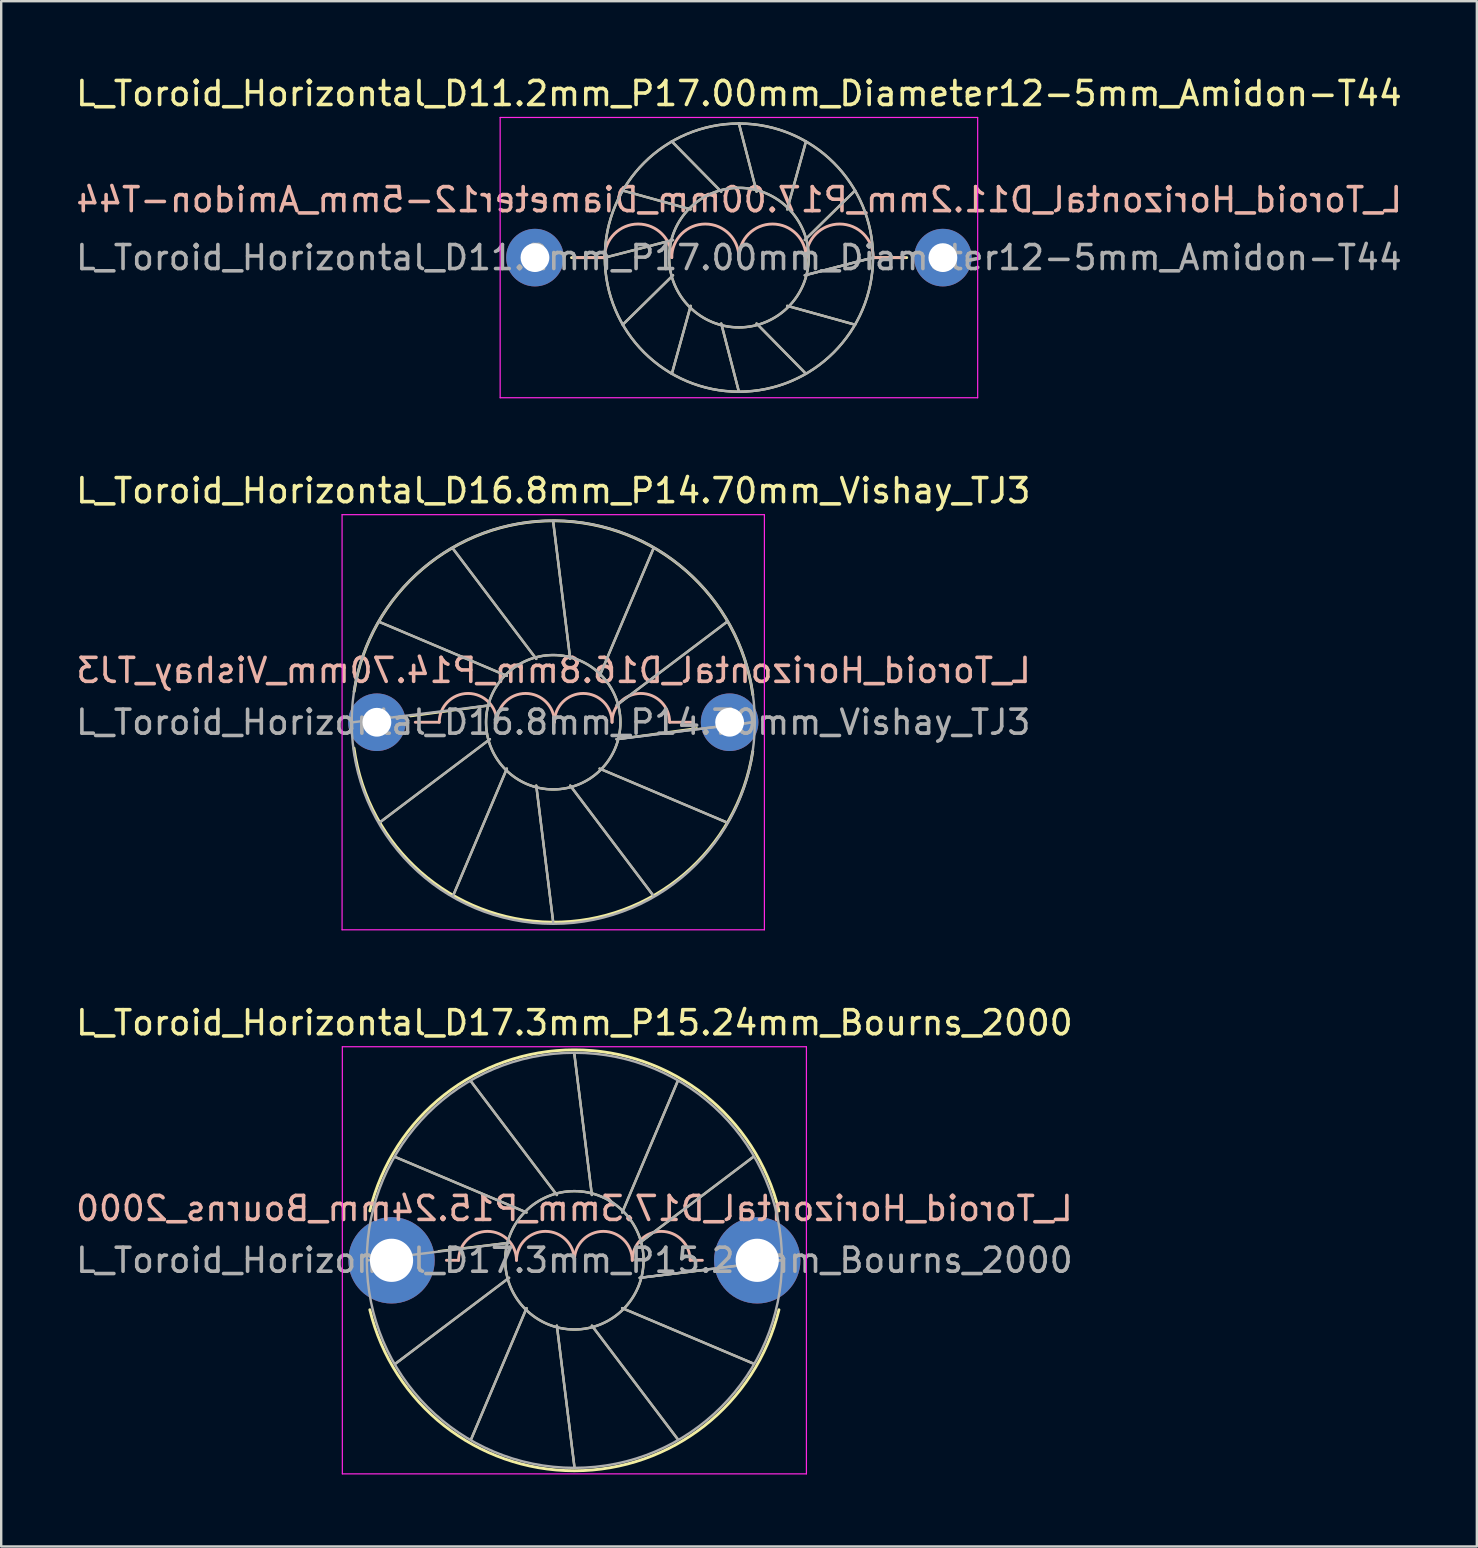
<source format=kicad_pcb>
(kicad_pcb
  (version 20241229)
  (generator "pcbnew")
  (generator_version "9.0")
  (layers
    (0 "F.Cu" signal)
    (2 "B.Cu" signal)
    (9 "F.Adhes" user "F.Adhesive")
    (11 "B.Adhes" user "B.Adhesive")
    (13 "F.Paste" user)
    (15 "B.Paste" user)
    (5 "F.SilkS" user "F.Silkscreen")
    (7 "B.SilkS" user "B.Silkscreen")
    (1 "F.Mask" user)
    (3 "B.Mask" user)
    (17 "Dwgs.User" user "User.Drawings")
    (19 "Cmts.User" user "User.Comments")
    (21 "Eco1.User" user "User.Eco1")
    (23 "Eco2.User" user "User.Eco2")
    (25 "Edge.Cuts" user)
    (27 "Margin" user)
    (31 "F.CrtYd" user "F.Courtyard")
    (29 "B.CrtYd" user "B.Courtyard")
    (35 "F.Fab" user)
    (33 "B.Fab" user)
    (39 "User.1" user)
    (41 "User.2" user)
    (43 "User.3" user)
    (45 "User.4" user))
  (footprint "L_Toroid_Horizontal_D17.3mm_P15.24mm_Bourns_2000"
    (layer "F.Cu")
    (at 13.267 49.473)
    (property "Reference" "L_Toroid_Horizontal_D17.3mm_P15.24mm_Bourns_2000" (at 7.62 -9.9 0) (layer "F.SilkS") (effects (font (size 1 1) (thickness 0.15))))
    (fp_line (start 0.176 -4.296) (end 5.627 -1.993) (stroke (width 0.1) (type solid)) (layer "F.SilkS"))
    (fp_line (start 0.177 4.298) (end 4.898 0.73) (stroke (width 0.1) (type solid)) (layer "F.SilkS"))
    (fp_line (start 1.968 -0.381) (end 4.897 -0.729) (stroke (width 0.1) (type solid)) (layer "F.SilkS"))
    (fp_line (start 3.322 -7.443) (end 6.89 -2.722) (stroke (width 0.1) (type solid)) (layer "F.SilkS"))
    (fp_line (start 3.323 7.443) (end 5.627 1.993) (stroke (width 0.1) (type solid)) (layer "F.SilkS"))
    (fp_line (start 7.619 -8.595) (end 8.349 -2.723) (stroke (width 0.1) (type solid)) (layer "F.SilkS"))
    (fp_line (start 7.62 8.595) (end 6.891 2.723) (stroke (width 0.1) (type solid)) (layer "F.SilkS"))
    (fp_line (start 11.916 -7.444) (end 9.613 -1.993) (stroke (width 0.1) (type solid)) (layer "F.SilkS"))
    (fp_line (start 11.918 7.443) (end 8.35 2.723) (stroke (width 0.1) (type solid)) (layer "F.SilkS"))
    (fp_line (start 13.208 0.381) (end 10.343 0.729) (stroke (width 0.1) (type solid)) (layer "F.SilkS"))
    (fp_line (start 15.062 -4.299) (end 10.342 -0.73) (stroke (width 0.1) (type solid)) (layer "F.SilkS"))
    (fp_line (start 15.063 4.297) (end 9.613 1.993) (stroke (width 0.1) (type solid)) (layer "F.SilkS"))
    (fp_arc (start -0.904629 -2.06) (mid 7.62 -8.77) (end 16.144629 -2.06) (stroke (width 0.12) (type solid)) (layer "F.SilkS"))
    (fp_arc (start 16.144629 2.06) (mid 7.62 8.77) (end -0.904629 2.06) (stroke (width 0.12) (type solid)) (layer "F.SilkS"))
    (fp_circle (center 7.62 0) (end 10.503 0) (stroke (width 0.1) (type solid)) (fill no) (layer "F.SilkS"))
    (fp_line (start 2.286 0) (end 2.794 0) (stroke (width 0.12) (type solid)) (layer "B.SilkS"))
    (fp_line (start 12.954 0) (end 12.446 0) (stroke (width 0.12) (type solid)) (layer "B.SilkS"))
    (fp_arc (start 2.794 0) (mid 4.0005 -1.2065) (end 5.207 0) (stroke (width 0.12) (type solid)) (layer "B.SilkS"))
    (fp_arc (start 5.207 0) (mid 6.4135 -1.2065) (end 7.62 0) (stroke (width 0.12) (type solid)) (layer "B.SilkS"))
    (fp_arc (start 7.62 0) (mid 8.8265 -1.2065) (end 10.033 0) (stroke (width 0.12) (type solid)) (layer "B.SilkS"))
    (fp_arc (start 10.033 0) (mid 11.2395 -1.2065) (end 12.446 0) (stroke (width 0.12) (type solid)) (layer "B.SilkS"))
    (fp_line (start -2.05 -8.9) (end -2.05 8.9) (stroke (width 0.05) (type solid)) (layer "F.CrtYd"))
    (fp_line (start -2.05 8.9) (end 17.29 8.9) (stroke (width 0.05) (type solid)) (layer "F.CrtYd"))
    (fp_line (start 17.29 -8.9) (end -2.05 -8.9) (stroke (width 0.05) (type solid)) (layer "F.CrtYd"))
    (fp_line (start 17.29 8.9) (end 17.29 -8.9) (stroke (width 0.05) (type solid)) (layer "F.CrtYd"))
    (fp_line (start -0.975 0.001) (end 4.897 -0.729) (stroke (width 0.1) (type solid)) (layer "F.Fab"))
    (fp_line (start 0.176 -4.296) (end 5.627 -1.993) (stroke (width 0.1) (type solid)) (layer "F.Fab"))
    (fp_line (start 0.177 4.298) (end 4.898 0.73) (stroke (width 0.1) (type solid)) (layer "F.Fab"))
    (fp_line (start 3.322 -7.443) (end 6.89 -2.722) (stroke (width 0.1) (type solid)) (layer "F.Fab"))
    (fp_line (start 3.323 7.443) (end 5.627 1.993) (stroke (width 0.1) (type solid)) (layer "F.Fab"))
    (fp_line (start 7.619 -8.595) (end 8.349 -2.723) (stroke (width 0.1) (type solid)) (layer "F.Fab"))
    (fp_line (start 7.62 8.595) (end 6.891 2.723) (stroke (width 0.1) (type solid)) (layer "F.Fab"))
    (fp_line (start 11.916 -7.444) (end 9.613 -1.993) (stroke (width 0.1) (type solid)) (layer "F.Fab"))
    (fp_line (start 11.918 7.443) (end 8.35 2.723) (stroke (width 0.1) (type solid)) (layer "F.Fab"))
    (fp_line (start 15.062 -4.299) (end 10.342 -0.73) (stroke (width 0.1) (type solid)) (layer "F.Fab"))
    (fp_line (start 15.063 4.297) (end 9.613 1.993) (stroke (width 0.1) (type solid)) (layer "F.Fab"))
    (fp_line (start 16.215 -0.002) (end 10.343 0.729) (stroke (width 0.1) (type solid)) (layer "F.Fab"))
    (fp_line (start 16.215 0) (end 10.343 0.729) (stroke (width 0.1) (type solid)) (layer "F.Fab"))
    (fp_circle (center 7.62 0) (end 10.503 0) (stroke (width 0.1) (type solid)) (fill no) (layer "F.Fab"))
    (fp_circle (center 7.62 0) (end 16.27 0) (stroke (width 0.1) (type solid)) (fill no) (layer "F.Fab"))
    (fp_text user "${REFERENCE}" (at 7.62 -2.159 0) (layer "B.SilkS") (effects (font (size 1 1) (thickness 0.15)) (justify mirror)))
    (fp_text user "${REFERENCE}" (at 7.62 0 0) (layer "F.Fab") (effects (font (size 1 1) (thickness 0.15))))
    (pad "1" thru_hole circle (at 0 0) (size 3.6 3.6) (drill 1.8) (layers "*.Cu" "*.Mask"))
    (pad "2" thru_hole circle (at 15.24 0) (size 3.6 3.6) (drill 1.8) (layers "*.Cu" "*.Mask")))
  (footprint "L_Toroid_Horizontal_D16.8mm_P14.70mm_Vishay_TJ3"
    (layer "F.Cu")
    (at 12.656 27.049)
    (property "Reference" "L_Toroid_Horizontal_D16.8mm_P14.70mm_Vishay_TJ3" (at 7.35 -9.65 0) (layer "F.SilkS") (effects (font (size 1 1) (thickness 0.15))))
    (fp_line (start 0.119 -4.174) (end 5.417 -1.933) (stroke (width 0.1) (type solid)) (layer "F.SilkS"))
    (fp_line (start 0.119 4.175) (end 4.71 0.708) (stroke (width 0.1) (type solid)) (layer "F.SilkS"))
    (fp_line (start 1.397 -0.254) (end 4.709 -0.707) (stroke (width 0.1) (type solid)) (layer "F.SilkS"))
    (fp_line (start 3.174 -7.23) (end 6.642 -2.64) (stroke (width 0.1) (type solid)) (layer "F.SilkS"))
    (fp_line (start 3.176 7.231) (end 5.417 1.933) (stroke (width 0.1) (type solid)) (layer "F.SilkS"))
    (fp_line (start 7.349 -8.35) (end 8.057 -2.641) (stroke (width 0.1) (type solid)) (layer "F.SilkS"))
    (fp_line (start 7.35 8.35) (end 6.643 2.64) (stroke (width 0.1) (type solid)) (layer "F.SilkS"))
    (fp_line (start 11.524 -7.232) (end 9.283 -1.933) (stroke (width 0.1) (type solid)) (layer "F.SilkS"))
    (fp_line (start 11.525 7.231) (end 8.058 2.64) (stroke (width 0.1) (type solid)) (layer "F.SilkS"))
    (fp_line (start 13.335 0.254) (end 9.99 0.707) (stroke (width 0.1) (type solid)) (layer "F.SilkS"))
    (fp_line (start 14.58 -4.176) (end 9.99 -0.708) (stroke (width 0.1) (type solid)) (layer "F.SilkS"))
    (fp_line (start 14.581 4.175) (end 9.283 1.933) (stroke (width 0.1) (type solid)) (layer "F.SilkS"))
    (fp_arc (start -0.949019 -1.276773) (mid 7.417592 -8.396386) (end 15.668499 -1.142999) (stroke (width 0.12) (type solid)) (layer "F.SilkS"))
    (fp_arc (start 15.665019 1.213273) (mid 7.298408 8.332886) (end -0.952499 1.079499) (stroke (width 0.12) (type solid)) (layer "F.SilkS"))
    (fp_circle (center 7.35 0) (end 10.15 0) (stroke (width 0.1) (type solid)) (fill no) (layer "F.SilkS"))
    (fp_line (start 1.6 0) (end 2.6 0) (stroke (width 0.12) (type solid)) (layer "B.SilkS"))
    (fp_line (start 13.2 0) (end 12.2 0) (stroke (width 0.12) (type solid)) (layer "B.SilkS"))
    (fp_arc (start 2.6 0) (mid 3.8 -1.2) (end 5 0) (stroke (width 0.12) (type solid)) (layer "B.SilkS"))
    (fp_arc (start 5 0) (mid 6.2 -1.2) (end 7.4 0) (stroke (width 0.12) (type solid)) (layer "B.SilkS"))
    (fp_arc (start 7.4 0) (mid 8.6 -1.2) (end 9.8 0) (stroke (width 0.12) (type solid)) (layer "B.SilkS"))
    (fp_arc (start 9.8 0) (mid 11 -1.2) (end 12.2 0) (stroke (width 0.12) (type solid)) (layer "B.SilkS"))
    (fp_line (start -1.45 -8.65) (end -1.45 8.65) (stroke (width 0.05) (type solid)) (layer "F.CrtYd"))
    (fp_line (start -1.45 8.65) (end 16.15 8.65) (stroke (width 0.05) (type solid)) (layer "F.CrtYd"))
    (fp_line (start 16.15 -8.65) (end -1.45 -8.65) (stroke (width 0.05) (type solid)) (layer "F.CrtYd"))
    (fp_line (start 16.15 8.65) (end 16.15 -8.65) (stroke (width 0.05) (type solid)) (layer "F.CrtYd"))
    (fp_line (start -1 0.001) (end 4.709 -0.707) (stroke (width 0.1) (type solid)) (layer "F.Fab"))
    (fp_line (start 0.119 -4.174) (end 5.417 -1.933) (stroke (width 0.1) (type solid)) (layer "F.Fab"))
    (fp_line (start 0.119 4.175) (end 4.71 0.708) (stroke (width 0.1) (type solid)) (layer "F.Fab"))
    (fp_line (start 3.174 -7.23) (end 6.642 -2.64) (stroke (width 0.1) (type solid)) (layer "F.Fab"))
    (fp_line (start 3.176 7.231) (end 5.417 1.933) (stroke (width 0.1) (type solid)) (layer "F.Fab"))
    (fp_line (start 7.349 -8.35) (end 8.057 -2.641) (stroke (width 0.1) (type solid)) (layer "F.Fab"))
    (fp_line (start 7.35 8.35) (end 6.643 2.64) (stroke (width 0.1) (type solid)) (layer "F.Fab"))
    (fp_line (start 11.524 -7.232) (end 9.283 -1.933) (stroke (width 0.1) (type solid)) (layer "F.Fab"))
    (fp_line (start 11.525 7.231) (end 8.058 2.64) (stroke (width 0.1) (type solid)) (layer "F.Fab"))
    (fp_line (start 14.58 -4.176) (end 9.99 -0.708) (stroke (width 0.1) (type solid)) (layer "F.Fab"))
    (fp_line (start 14.581 4.175) (end 9.283 1.933) (stroke (width 0.1) (type solid)) (layer "F.Fab"))
    (fp_line (start 15.7 -0.002) (end 9.991 0.707) (stroke (width 0.1) (type solid)) (layer "F.Fab"))
    (fp_line (start 15.7 0) (end 9.99 0.707) (stroke (width 0.1) (type solid)) (layer "F.Fab"))
    (fp_circle (center 7.35 0) (end 10.15 0) (stroke (width 0.1) (type solid)) (fill no) (layer "F.Fab"))
    (fp_circle (center 7.35 0) (end 15.75 0) (stroke (width 0.1) (type solid)) (fill no) (layer "F.Fab"))
    (fp_text user "${REFERENCE}" (at 7.366 -2.159 0) (layer "B.SilkS") (effects (font (size 1 1) (thickness 0.15)) (justify mirror)))
    (fp_text user "${REFERENCE}" (at 7.35 0 0) (layer "F.Fab") (effects (font (size 1 1) (thickness 0.15))))
    (pad "1" thru_hole circle (at 0 0) (size 2.4 2.4) (drill 1.2) (layers "*.Cu" "*.Mask"))
    (pad "2" thru_hole circle (at 14.7 0) (size 2.4 2.4) (drill 1.2) (layers "*.Cu" "*.Mask")))
  (footprint "L_Toroid_Horizontal_D11.2mm_P17.00mm_Diameter12-5mm_Amidon-T44"
    (layer "F.Cu")
    (at 19.244 7.686)
    (property "Reference" "L_Toroid_Horizontal_D11.2mm_P17.00mm_Diameter12-5mm_Amidon-T44" (at 8.5 -6.838 0) (layer "F.SilkS") (effects (font (size 1 1) (thickness 0.15))))
    (fp_line (start 2.906 0.001) (end 1.524 0) (stroke (width 0.12) (type solid)) (layer "F.SilkS"))
    (fp_line (start 2.906 0.001) (end 5.753 -0.736) (stroke (width 0.1) (type solid)) (layer "F.SilkS"))
    (fp_line (start 3.655 -2.796) (end 6.489 -2.011) (stroke (width 0.1) (type solid)) (layer "F.SilkS"))
    (fp_line (start 3.656 2.797) (end 5.753 0.736) (stroke (width 0.1) (type solid)) (layer "F.SilkS"))
    (fp_line (start 5.702 -4.844) (end 7.764 -2.747) (stroke (width 0.1) (type solid)) (layer "F.SilkS"))
    (fp_line (start 5.703 4.845) (end 6.489 2.011) (stroke (width 0.1) (type solid)) (layer "F.SilkS"))
    (fp_line (start 8.499 -5.594) (end 9.236 -2.747) (stroke (width 0.1) (type solid)) (layer "F.SilkS"))
    (fp_line (start 8.5 5.594) (end 7.764 2.747) (stroke (width 0.1) (type solid)) (layer "F.SilkS"))
    (fp_line (start 11.296 -4.845) (end 10.511 -2.011) (stroke (width 0.1) (type solid)) (layer "F.SilkS"))
    (fp_line (start 11.297 4.844) (end 9.236 2.747) (stroke (width 0.1) (type solid)) (layer "F.SilkS"))
    (fp_line (start 13.344 -2.798) (end 11.247 -0.737) (stroke (width 0.1) (type solid)) (layer "F.SilkS"))
    (fp_line (start 13.344 2.797) (end 10.511 2.011) (stroke (width 0.1) (type solid)) (layer "F.SilkS"))
    (fp_line (start 14.088 0) (end 15.494 0) (stroke (width 0.12) (type solid)) (layer "F.SilkS"))
    (fp_line (start 14.094 0) (end 11.247 0.736) (stroke (width 0.1) (type solid)) (layer "F.SilkS"))
    (fp_circle (center 8.5 0) (end 11.408 0) (stroke (width 0.1) (type solid)) (fill no) (layer "F.SilkS"))
    (fp_circle (center 8.5 0) (end 14.088 0) (stroke (width 0.1) (type solid)) (fill no) (layer "F.SilkS"))
    (fp_line (start 1.6 0) (end 2.9 0) (stroke (width 0.12) (type solid)) (layer "B.SilkS"))
    (fp_line (start 15.4 0) (end 14.1 0) (stroke (width 0.12) (type solid)) (layer "B.SilkS"))
    (fp_arc (start 2.9 0) (mid 4.3 -1.4) (end 5.7 0) (stroke (width 0.12) (type solid)) (layer "B.SilkS"))
    (fp_arc (start 5.7 0) (mid 7.1 -1.4) (end 8.5 0) (stroke (width 0.12) (type solid)) (layer "B.SilkS"))
    (fp_arc (start 8.5 0) (mid 9.9 -1.4) (end 11.3 0) (stroke (width 0.12) (type solid)) (layer "B.SilkS"))
    (fp_arc (start 11.3 0) (mid 12.7 -1.4) (end 14.1 0) (stroke (width 0.12) (type solid)) (layer "B.SilkS"))
    (fp_line (start -1.45 -5.84) (end -1.45 5.84) (stroke (width 0.05) (type solid)) (layer "F.CrtYd"))
    (fp_line (start -1.45 5.84) (end 18.45 5.84) (stroke (width 0.05) (type solid)) (layer "F.CrtYd"))
    (fp_line (start 18.45 -5.84) (end -1.45 -5.84) (stroke (width 0.05) (type solid)) (layer "F.CrtYd"))
    (fp_line (start 18.45 5.84) (end 18.45 -5.84) (stroke (width 0.05) (type solid)) (layer "F.CrtYd"))
    (fp_line (start 2.906 0.001) (end 5.753 -0.736) (stroke (width 0.1) (type solid)) (layer "F.Fab"))
    (fp_line (start 3.655 -2.796) (end 6.489 -2.011) (stroke (width 0.1) (type solid)) (layer "F.Fab"))
    (fp_line (start 3.656 2.797) (end 5.753 0.736) (stroke (width 0.1) (type solid)) (layer "F.Fab"))
    (fp_line (start 5.702 -4.844) (end 7.764 -2.747) (stroke (width 0.1) (type solid)) (layer "F.Fab"))
    (fp_line (start 5.703 4.845) (end 6.489 2.011) (stroke (width 0.1) (type solid)) (layer "F.Fab"))
    (fp_line (start 8.499 -5.594) (end 9.236 -2.747) (stroke (width 0.1) (type solid)) (layer "F.Fab"))
    (fp_line (start 8.5 5.594) (end 7.764 2.747) (stroke (width 0.1) (type solid)) (layer "F.Fab"))
    (fp_line (start 11.296 -4.845) (end 10.511 -2.011) (stroke (width 0.1) (type solid)) (layer "F.Fab"))
    (fp_line (start 11.297 4.844) (end 9.236 2.747) (stroke (width 0.1) (type solid)) (layer "F.Fab"))
    (fp_line (start 13.344 -2.798) (end 11.247 -0.737) (stroke (width 0.1) (type solid)) (layer "F.Fab"))
    (fp_line (start 13.344 2.797) (end 10.511 2.011) (stroke (width 0.1) (type solid)) (layer "F.Fab"))
    (fp_line (start 14.094 -0.001) (end 11.247 0.736) (stroke (width 0.1) (type solid)) (layer "F.Fab"))
    (fp_line (start 14.094 0) (end 11.247 0.736) (stroke (width 0.1) (type solid)) (layer "F.Fab"))
    (fp_circle (center 8.5 0) (end 11.408 0) (stroke (width 0.1) (type solid)) (fill no) (layer "F.Fab"))
    (fp_circle (center 8.5 0) (end 14.088 0) (stroke (width 0.1) (type solid)) (fill no) (layer "F.Fab"))
    (fp_text user "${REFERENCE}" (at 8.509 -2.413 0) (layer "B.SilkS") (effects (font (size 1 1) (thickness 0.15)) (justify mirror)))
    (fp_text user "${REFERENCE}" (at 8.5 0 0) (layer "F.Fab") (effects (font (size 1 1) (thickness 0.15))))
    (pad "1" thru_hole circle (at 0 0) (size 2.4 2.4) (drill 1.2) (layers "*.Cu" "*.Mask"))
    (pad "2" thru_hole circle (at 17 0) (size 2.4 2.4) (drill 1.2) (layers "*.Cu" "*.Mask")))
  (gr_rect
    (start -3 -3)
    (end 58.497 61.398)
    (stroke (width 0.1) (type default))
    (fill no)
    (layer "Edge.Cuts")))
</source>
